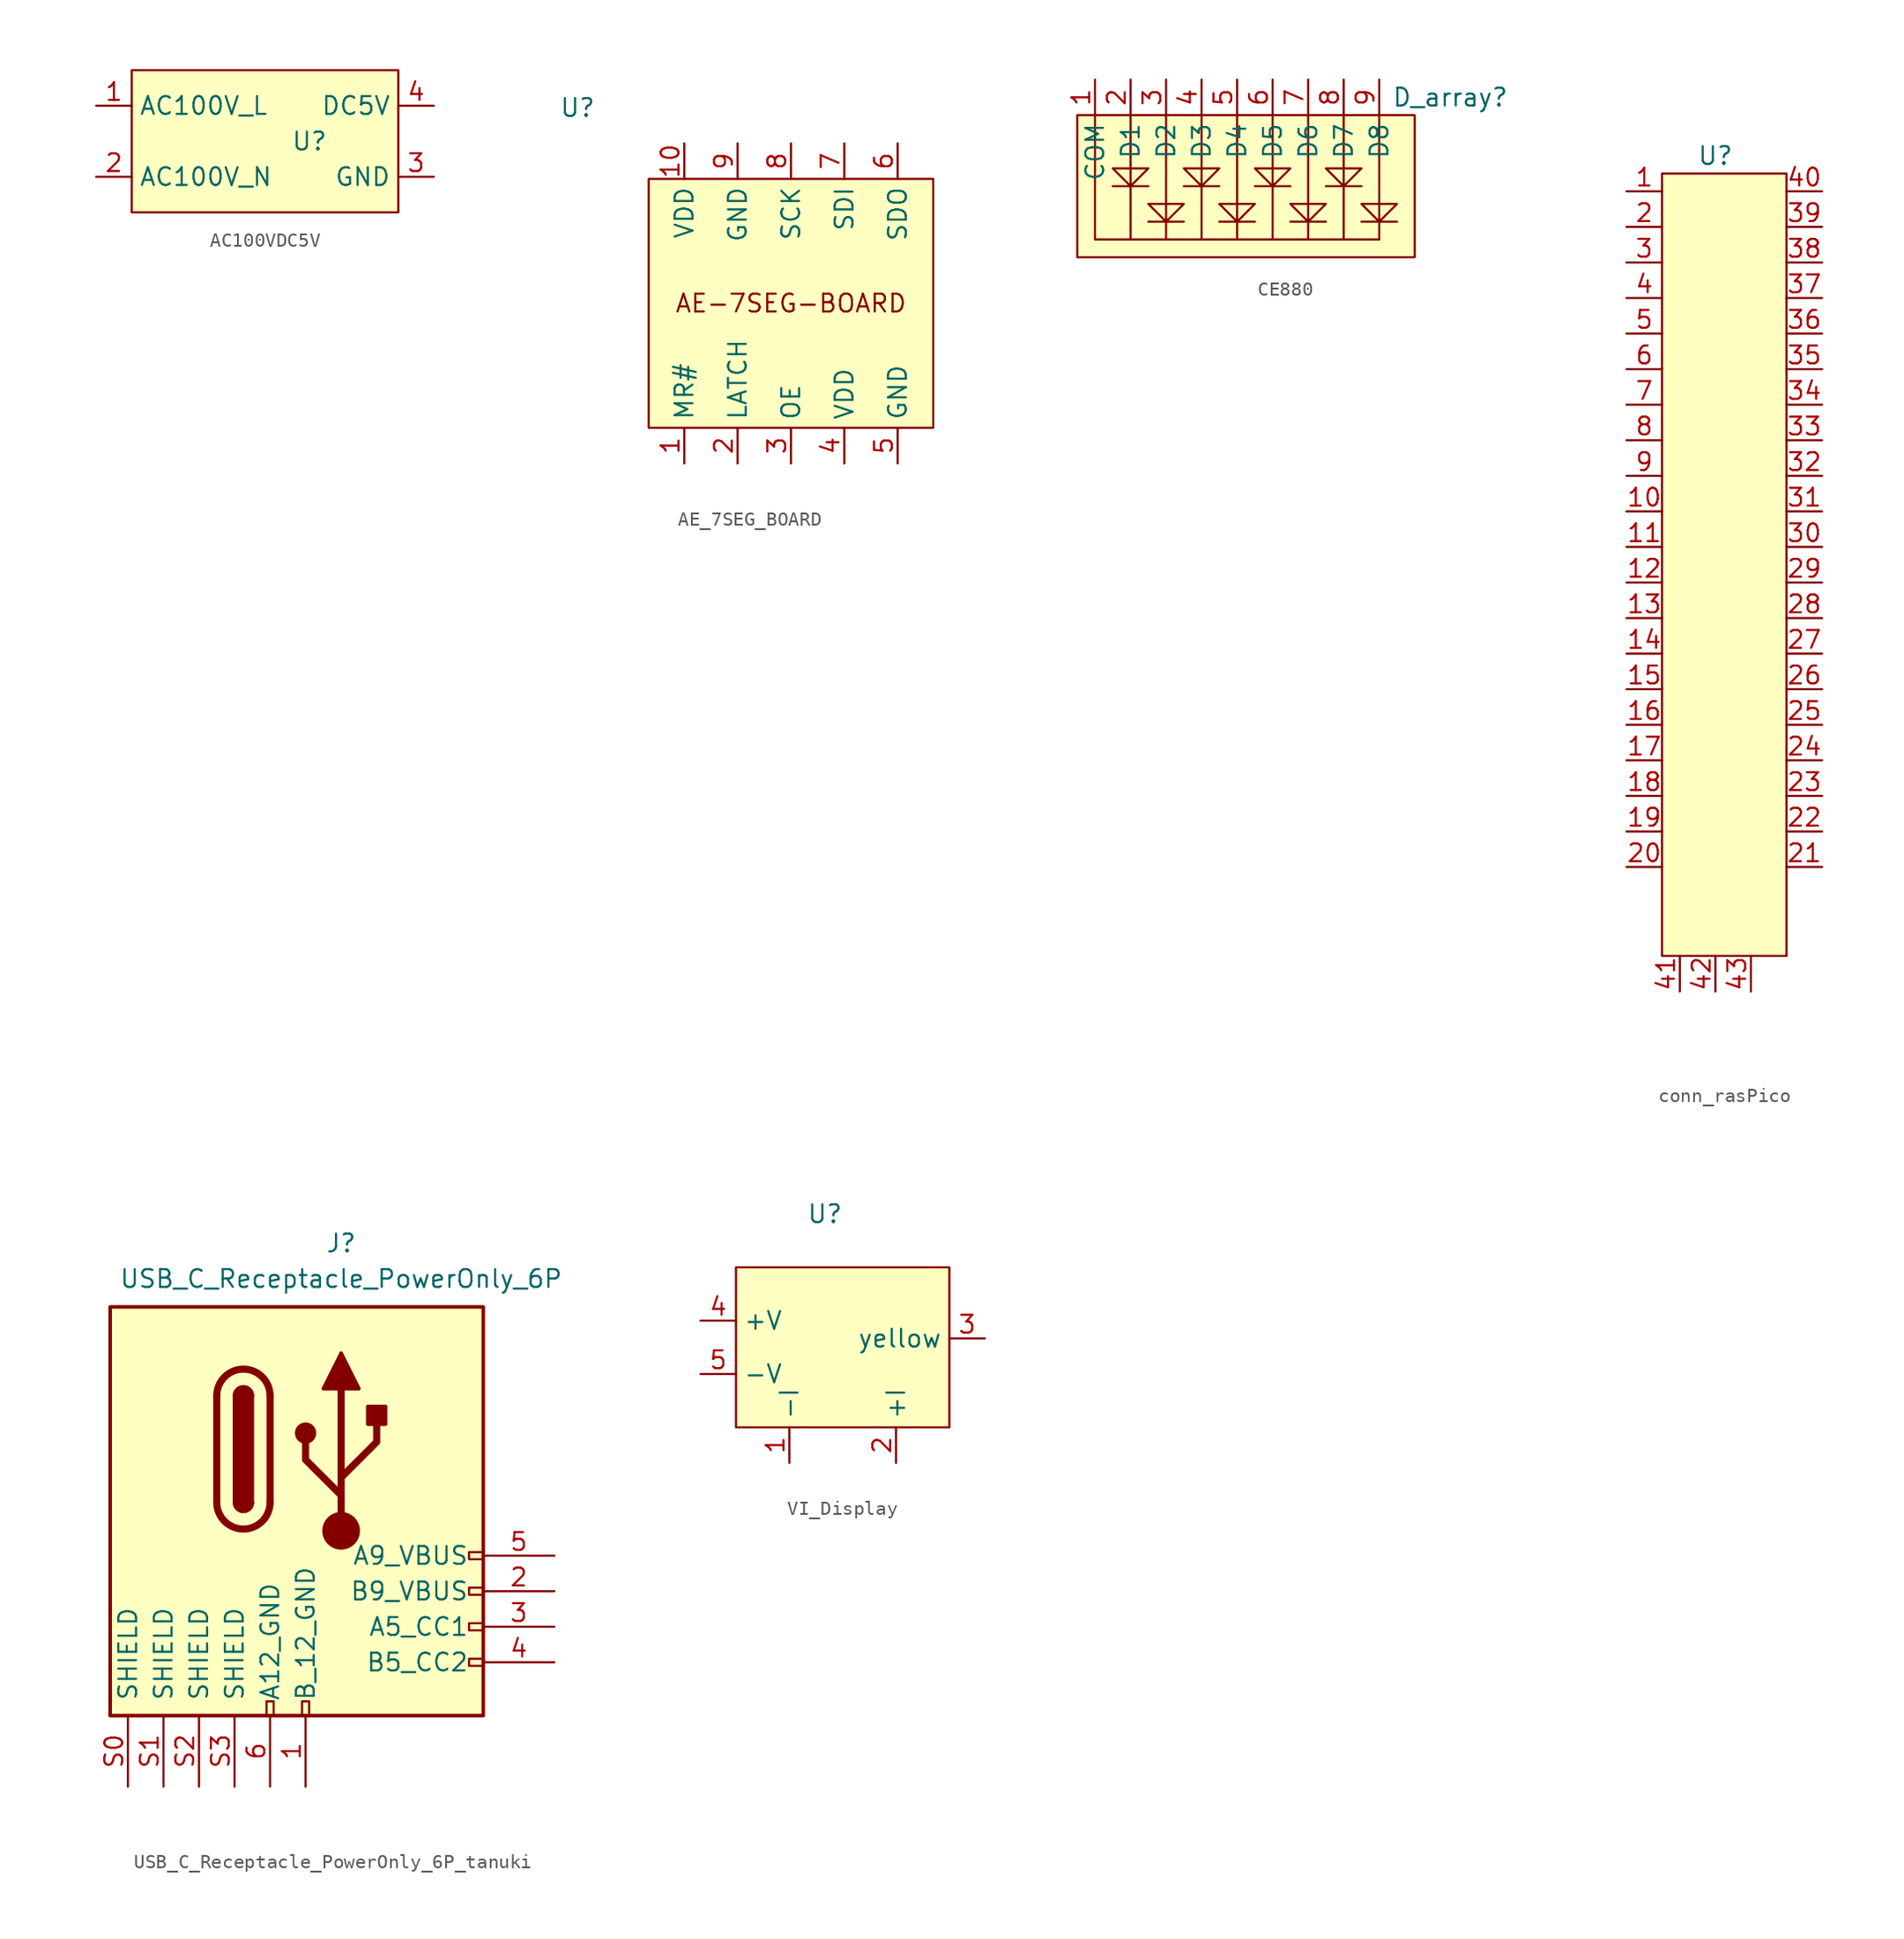
<source format=kicad_sym>
(kicad_symbol_lib
  (version 20231120)
  (generator "kicad_symbol_editor")
  (generator_version "8.0")
  (symbol "AC100VDC5V"
    (property "Reference" "U"
      (at 0 0 0)
      (effects (font (size 1.27 1.27))))
    (symbol "AC100VDC5V_1_1"
      (rectangle (start -12.7 5.08) (end 6.35 -5.08) (stroke (width 0) (type default)) (fill (type background)))
      (pin passive line (at -15.24 2.54 0) (length 2.54) (name "AC100V_L" (effects (font (size 1.27 1.27)))) (number "1" (effects (font (size 1.27 1.27)))))
      (pin passive line (at -15.24 -2.54 0) (length 2.54) (name "AC100V_N" (effects (font (size 1.27 1.27)))) (number "2" (effects (font (size 1.27 1.27)))))
      (pin passive line (at 8.89 -2.54 180) (length 2.54) (name "GND" (effects (font (size 1.27 1.27)))) (number "3" (effects (font (size 1.27 1.27)))))
      (pin passive line (at 8.89 2.54 180) (length 2.54) (name "DC5V" (effects (font (size 1.27 1.27)))) (number "4" (effects (font (size 1.27 1.27)))))))
  (symbol "AE_7SEG_BOARD"
    (property "Reference" "U"
      (at -15.24 12.7 0)
      (effects (font (size 1.27 1.27))))
    (property "Value" ""
      (at -1.093 5.295 0)
      (effects (font (size 1.27 1.27))))
    (symbol "AE_7SEG_BOARD_1_1"
      (rectangle (start -10.16 7.62) (end 10.16 -10.16) (stroke (width 0) (type default)) (fill (type background)))
      (text "AE-7SEG-BOARD" (at 0 -1.27 0) (effects (font (size 1.27 1.27))))
      (pin passive line (at -7.62 -12.7 90) (length 2.54) (name "MR#" (effects (font (size 1.27 1.27)))) (number "1" (effects (font (size 1.27 1.27)))))
      (pin power_in line (at -7.62 10.16 270) (length 2.54) (name "VDD" (effects (font (size 1.27 1.27)))) (number "10" (effects (font (size 1.27 1.27)))))
      (pin passive line (at -3.81 -12.7 90) (length 2.54) (name "LATCH" (effects (font (size 1.27 1.27)))) (number "2" (effects (font (size 1.27 1.27)))))
      (pin passive line (at 0 -12.7 90) (length 2.54) (name "OE" (effects (font (size 1.27 1.27)))) (number "3" (effects (font (size 1.27 1.27)))))
      (pin power_in line (at 3.81 -12.7 90) (length 2.54) (name "VDD" (effects (font (size 1.27 1.27)))) (number "4" (effects (font (size 1.27 1.27)))))
      (pin passive line (at 7.62 -12.7 90) (length 2.54) (name "GND" (effects (font (size 1.27 1.27)))) (number "5" (effects (font (size 1.27 1.27)))))
      (pin passive line (at 7.62 10.16 270) (length 2.54) (name "SDO" (effects (font (size 1.27 1.27)))) (number "6" (effects (font (size 1.27 1.27)))))
      (pin passive line (at 3.81 10.16 270) (length 2.54) (name "SDI" (effects (font (size 1.27 1.27)))) (number "7" (effects (font (size 1.27 1.27)))))
      (pin passive line (at 0 10.16 270) (length 2.54) (name "SCK" (effects (font (size 1.27 1.27)))) (number "8" (effects (font (size 1.27 1.27)))))
      (pin passive line (at -3.81 10.16 270) (length 2.54) (name "GND" (effects (font (size 1.27 1.27)))) (number "9" (effects (font (size 1.27 1.27)))))))
  (symbol "CE880"
    (property "Reference" "D_array"
      (at 13.97 0 0)
      (effects (font (size 1.27 1.27))))
    (property "Value" ""
      (at 3.81 -8.89 0)
      (effects (font (size 1.27 1.27))))
    (symbol "CE880_0_1"
      (polyline (pts (xy -8.89 -3.81) (xy -8.89 -1.27)) (stroke (width 0) (type default)) (fill (type none)))
      (polyline (pts (xy -6.35 -3.81) (xy -6.35 -1.27)) (stroke (width 0) (type default)) (fill (type none)))
      (polyline (pts (xy -3.81 -3.81) (xy -3.81 -1.27)) (stroke (width 0) (type default)) (fill (type none)))
      (polyline (pts (xy -1.27 -3.81) (xy -1.27 -1.27)) (stroke (width 0) (type default)) (fill (type none)))
      (polyline (pts (xy 1.27 -3.81) (xy 1.27 -1.27)) (stroke (width 0) (type default)) (fill (type none)))
      (polyline (pts (xy 3.81 -3.81) (xy 3.81 -1.27)) (stroke (width 0) (type default)) (fill (type none)))
      (polyline (pts (xy 6.35 -3.81) (xy 6.35 -1.27)) (stroke (width 0) (type default)) (fill (type none)))
      (polyline (pts (xy 8.89 -3.81) (xy 8.89 -1.27)) (stroke (width 0) (type default)) (fill (type none)))
      (polyline (pts (xy -11.43 -1.27) (xy -11.43 -10.16) (xy 8.89 -10.16)) (stroke (width 0) (type default)) (fill (type none)))
      (polyline (pts (xy -7.62 -6.35) (xy -10.16 -6.35) (xy -8.89 -6.35) (xy -7.62 -5.08) (xy -10.16 -5.08) (xy -8.89 -6.35) (xy -8.89 -3.81) (xy -8.89 -10.16)) (stroke (width 0) (type default)) (fill (type none)))
      (polyline (pts (xy -2.54 -6.35) (xy -5.08 -6.35) (xy -3.81 -6.35) (xy -2.54 -5.08) (xy -5.08 -5.08) (xy -3.81 -6.35) (xy -3.81 -3.81) (xy -3.81 -10.16)) (stroke (width 0) (type default)) (fill (type none)))
      (polyline (pts (xy 2.54 -6.35) (xy 0 -6.35) (xy 1.27 -6.35) (xy 2.54 -5.08) (xy 0 -5.08) (xy 1.27 -6.35) (xy 1.27 -3.81) (xy 1.27 -10.16)) (stroke (width 0) (type default)) (fill (type none)))
      (polyline (pts (xy 7.62 -6.35) (xy 5.08 -6.35) (xy 6.35 -6.35) (xy 7.62 -5.08) (xy 5.08 -5.08) (xy 6.35 -6.35) (xy 6.35 -3.81) (xy 6.35 -10.16)) (stroke (width 0) (type default)) (fill (type none)))
      (polyline (pts (xy -6.35 -8.89) (xy -5.08 -7.62) (xy -7.62 -7.62) (xy -6.35 -8.89) (xy -5.08 -8.89) (xy -7.62 -8.89) (xy -6.35 -8.89) (xy -6.35 -5.08) (xy -6.35 -3.81) (xy -6.35 -10.16)) (stroke (width 0) (type default)) (fill (type none)))
      (polyline (pts (xy -1.27 -8.89) (xy 0 -7.62) (xy -2.54 -7.62) (xy -1.27 -8.89) (xy 0 -8.89) (xy -2.54 -8.89) (xy -1.27 -8.89) (xy -1.27 -5.08) (xy -1.27 -3.81) (xy -1.27 -10.16)) (stroke (width 0) (type default)) (fill (type none)))
      (polyline (pts (xy 3.81 -8.89) (xy 5.08 -7.62) (xy 2.54 -7.62) (xy 3.81 -8.89) (xy 5.08 -8.89) (xy 2.54 -8.89) (xy 3.81 -8.89) (xy 3.81 -5.08) (xy 3.81 -3.81) (xy 3.81 -10.16)) (stroke (width 0) (type default)) (fill (type none)))
      (polyline (pts (xy 8.89 -8.89) (xy 10.16 -7.62) (xy 7.62 -7.62) (xy 8.89 -8.89) (xy 10.16 -8.89) (xy 7.62 -8.89) (xy 8.89 -8.89) (xy 8.89 -5.08) (xy 8.89 -3.81) (xy 8.89 -10.16)) (stroke (width 0) (type default)) (fill (type none))))
    (symbol "CE880_1_1"
      (rectangle (start 11.43 -11.43) (end -12.7 -1.27) (stroke (width 0) (type default)) (fill (type background)))
      (pin passive line (at -11.43 1.27 270) (length 2.54) (name "COM" (effects (font (size 1.27 1.27)))) (number "1" (effects (font (size 1.27 1.27)))))
      (pin passive line (at -8.89 1.27 270) (length 2.54) (name "D1" (effects (font (size 1.27 1.27)))) (number "2" (effects (font (size 1.27 1.27)))))
      (pin passive line (at -6.35 1.27 270) (length 2.54) (name "D2" (effects (font (size 1.27 1.27)))) (number "3" (effects (font (size 1.27 1.27)))))
      (pin passive line (at -3.81 1.27 270) (length 2.54) (name "D3" (effects (font (size 1.27 1.27)))) (number "4" (effects (font (size 1.27 1.27)))))
      (pin passive line (at -1.27 1.27 270) (length 2.54) (name "D4" (effects (font (size 1.27 1.27)))) (number "5" (effects (font (size 1.27 1.27)))))
      (pin passive line (at 1.27 1.27 270) (length 2.54) (name "D5" (effects (font (size 1.27 1.27)))) (number "6" (effects (font (size 1.27 1.27)))))
      (pin passive line (at 3.81 1.27 270) (length 2.54) (name "D6" (effects (font (size 1.27 1.27)))) (number "7" (effects (font (size 1.27 1.27)))))
      (pin passive line (at 6.35 1.27 270) (length 2.54) (name "D7" (effects (font (size 1.27 1.27)))) (number "8" (effects (font (size 1.27 1.27)))))
      (pin passive line (at 8.89 1.27 270) (length 2.54) (name "D8" (effects (font (size 1.27 1.27)))) (number "9" (effects (font (size 1.27 1.27)))))))
  (symbol "conn_rasPico"
    (property "Reference" "U"
      (at 0 0 0)
      (effects (font (size 1.27 1.27))))
    (property "Value" ""
      (at 0 0 0)
      (effects (font (size 1.27 1.27))))
    (symbol "conn_rasPico_1_1"
      (rectangle (start -3.81 -1.27) (end 5.08 -57.15) (stroke (width 0) (type default)) (fill (type background)))
      (pin passive line (at -6.35 -2.54 0) (length 2.54) (name "" (effects (font (size 1.27 1.27)))) (number "1" (effects (font (size 1.27 1.27)))))
      (pin passive line (at -6.35 -25.4 0) (length 2.54) (name "" (effects (font (size 1.27 1.27)))) (number "10" (effects (font (size 1.27 1.27)))))
      (pin passive line (at -6.35 -27.94 0) (length 2.54) (name "" (effects (font (size 1.27 1.27)))) (number "11" (effects (font (size 1.27 1.27)))))
      (pin passive line (at -6.35 -30.48 0) (length 2.54) (name "" (effects (font (size 1.27 1.27)))) (number "12" (effects (font (size 1.27 1.27)))))
      (pin passive line (at -6.35 -33.02 0) (length 2.54) (name "" (effects (font (size 1.27 1.27)))) (number "13" (effects (font (size 1.27 1.27)))))
      (pin passive line (at -6.35 -35.56 0) (length 2.54) (name "" (effects (font (size 1.27 1.27)))) (number "14" (effects (font (size 1.27 1.27)))))
      (pin passive line (at -6.35 -38.1 0) (length 2.54) (name "" (effects (font (size 1.27 1.27)))) (number "15" (effects (font (size 1.27 1.27)))))
      (pin passive line (at -6.35 -40.64 0) (length 2.54) (name "" (effects (font (size 1.27 1.27)))) (number "16" (effects (font (size 1.27 1.27)))))
      (pin passive line (at -6.35 -43.18 0) (length 2.54) (name "" (effects (font (size 1.27 1.27)))) (number "17" (effects (font (size 1.27 1.27)))))
      (pin passive line (at -6.35 -45.72 0) (length 2.54) (name "" (effects (font (size 1.27 1.27)))) (number "18" (effects (font (size 1.27 1.27)))))
      (pin passive line (at -6.35 -48.26 0) (length 2.54) (name "" (effects (font (size 1.27 1.27)))) (number "19" (effects (font (size 1.27 1.27)))))
      (pin passive line (at -6.35 -5.08 0) (length 2.54) (name "" (effects (font (size 1.27 1.27)))) (number "2" (effects (font (size 1.27 1.27)))))
      (pin passive line (at -6.35 -50.8 0) (length 2.54) (name "" (effects (font (size 1.27 1.27)))) (number "20" (effects (font (size 1.27 1.27)))))
      (pin passive line (at 7.62 -50.8 180) (length 2.54) (name "" (effects (font (size 1.27 1.27)))) (number "21" (effects (font (size 1.27 1.27)))))
      (pin passive line (at 7.62 -48.26 180) (length 2.54) (name "" (effects (font (size 1.27 1.27)))) (number "22" (effects (font (size 1.27 1.27)))))
      (pin passive line (at 7.62 -45.72 180) (length 2.54) (name "" (effects (font (size 1.27 1.27)))) (number "23" (effects (font (size 1.27 1.27)))))
      (pin passive line (at 7.62 -43.18 180) (length 2.54) (name "" (effects (font (size 1.27 1.27)))) (number "24" (effects (font (size 1.27 1.27)))))
      (pin passive line (at 7.62 -40.64 180) (length 2.54) (name "" (effects (font (size 1.27 1.27)))) (number "25" (effects (font (size 1.27 1.27)))))
      (pin passive line (at 7.62 -38.1 180) (length 2.54) (name "" (effects (font (size 1.27 1.27)))) (number "26" (effects (font (size 1.27 1.27)))))
      (pin passive line (at 7.62 -35.56 180) (length 2.54) (name "" (effects (font (size 1.27 1.27)))) (number "27" (effects (font (size 1.27 1.27)))))
      (pin passive line (at 7.62 -33.02 180) (length 2.54) (name "" (effects (font (size 1.27 1.27)))) (number "28" (effects (font (size 1.27 1.27)))))
      (pin passive line (at 7.62 -30.48 180) (length 2.54) (name "" (effects (font (size 1.27 1.27)))) (number "29" (effects (font (size 1.27 1.27)))))
      (pin passive line (at -6.35 -7.62 0) (length 2.54) (name "" (effects (font (size 1.27 1.27)))) (number "3" (effects (font (size 1.27 1.27)))))
      (pin passive line (at 7.62 -27.94 180) (length 2.54) (name "" (effects (font (size 1.27 1.27)))) (number "30" (effects (font (size 1.27 1.27)))))
      (pin passive line (at 7.62 -25.4 180) (length 2.54) (name "" (effects (font (size 1.27 1.27)))) (number "31" (effects (font (size 1.27 1.27)))))
      (pin passive line (at 7.62 -22.86 180) (length 2.54) (name "" (effects (font (size 1.27 1.27)))) (number "32" (effects (font (size 1.27 1.27)))))
      (pin passive line (at 7.62 -20.32 180) (length 2.54) (name "" (effects (font (size 1.27 1.27)))) (number "33" (effects (font (size 1.27 1.27)))))
      (pin passive line (at 7.62 -17.78 180) (length 2.54) (name "" (effects (font (size 1.27 1.27)))) (number "34" (effects (font (size 1.27 1.27)))))
      (pin passive line (at 7.62 -15.24 180) (length 2.54) (name "" (effects (font (size 1.27 1.27)))) (number "35" (effects (font (size 1.27 1.27)))))
      (pin passive line (at 7.62 -12.7 180) (length 2.54) (name "" (effects (font (size 1.27 1.27)))) (number "36" (effects (font (size 1.27 1.27)))))
      (pin passive line (at 7.62 -10.16 180) (length 2.54) (name "" (effects (font (size 1.27 1.27)))) (number "37" (effects (font (size 1.27 1.27)))))
      (pin passive line (at 7.62 -7.62 180) (length 2.54) (name "" (effects (font (size 1.27 1.27)))) (number "38" (effects (font (size 1.27 1.27)))))
      (pin passive line (at 7.62 -5.08 180) (length 2.54) (name "" (effects (font (size 1.27 1.27)))) (number "39" (effects (font (size 1.27 1.27)))))
      (pin passive line (at -6.35 -10.16 0) (length 2.54) (name "" (effects (font (size 1.27 1.27)))) (number "4" (effects (font (size 1.27 1.27)))))
      (pin passive line (at 7.62 -2.54 180) (length 2.54) (name "" (effects (font (size 1.27 1.27)))) (number "40" (effects (font (size 1.27 1.27)))))
      (pin passive line (at -2.54 -59.69 90) (length 2.54) (name "" (effects (font (size 1.27 1.27)))) (number "41" (effects (font (size 1.27 1.27)))))
      (pin passive line (at 0 -59.69 90) (length 2.54) (name "" (effects (font (size 1.27 1.27)))) (number "42" (effects (font (size 1.27 1.27)))))
      (pin passive line (at 2.54 -59.69 90) (length 2.54) (name "" (effects (font (size 1.27 1.27)))) (number "43" (effects (font (size 1.27 1.27)))))
      (pin passive line (at -6.35 -12.7 0) (length 2.54) (name "" (effects (font (size 1.27 1.27)))) (number "5" (effects (font (size 1.27 1.27)))))
      (pin passive line (at -6.35 -15.24 0) (length 2.54) (name "" (effects (font (size 1.27 1.27)))) (number "6" (effects (font (size 1.27 1.27)))))
      (pin passive line (at -6.35 -17.78 0) (length 2.54) (name "" (effects (font (size 1.27 1.27)))) (number "7" (effects (font (size 1.27 1.27)))))
      (pin passive line (at -6.35 -20.32 0) (length 2.54) (name "" (effects (font (size 1.27 1.27)))) (number "8" (effects (font (size 1.27 1.27)))))
      (pin passive line (at -6.35 -22.86 0) (length 2.54) (name "" (effects (font (size 1.27 1.27)))) (number "9" (effects (font (size 1.27 1.27)))))))
  (symbol "USB_C_Receptacle_PowerOnly_6P_tanuki"
    (pin_names
      (offset 1.016))
    (property "Reference" "J"
      (at 0 16.51 0)
      (effects (font (size 1.27 1.27)) (justify bottom)))
    (property "Value" "USB_C_Receptacle_PowerOnly_6P"
      (at 0 13.97 0)
      (effects (font (size 1.27 1.27)) (justify bottom)))
    (symbol "USB_C_Receptacle_PowerOnly_6P_tanuki_0_0"
      (rectangle (start -5.334 -16.51) (end -4.826 -15.494) (stroke (width 0) (type default)) (fill (type none)))
      (rectangle (start -2.794 -16.51) (end -2.286 -15.494) (stroke (width 0) (type default)) (fill (type none)))
      (rectangle (start 10.16 -12.446) (end 9.144 -12.954) (stroke (width 0) (type default)) (fill (type none)))
      (rectangle (start 10.16 -9.906) (end 9.144 -10.414) (stroke (width 0) (type default)) (fill (type none)))
      (rectangle (start 10.16 -7.366) (end 9.144 -7.874) (stroke (width 0) (type default)) (fill (type none)))
      (rectangle (start 10.16 -4.826) (end 9.144 -5.334) (stroke (width 0) (type default)) (fill (type none))))
    (symbol "USB_C_Receptacle_PowerOnly_6P_tanuki_0_1"
      (rectangle (start -16.51 12.7) (end 10.16 -16.51) (stroke (width 0.254) (type default)) (fill (type background)))
      (arc (start -8.89 -1.27) (mid -6.985 -3.1667) (end -5.08 -1.27) (stroke (width 0.508) (type default)) (fill (type none)))
      (arc (start -7.62 -1.27) (mid -6.985 -1.9023) (end -6.35 -1.27) (stroke (width 0.254) (type default)) (fill (type none)))
      (arc (start -7.62 -1.27) (mid -6.985 -1.9023) (end -6.35 -1.27) (stroke (width 0.254) (type default)) (fill (type outline)))
      (rectangle (start -7.62 -1.27) (end -6.35 6.35) (stroke (width 0.254) (type default)) (fill (type outline)))
      (arc (start -6.35 6.35) (mid -6.985 6.9823) (end -7.62 6.35) (stroke (width 0.254) (type default)) (fill (type none)))
      (arc (start -6.35 6.35) (mid -6.985 6.9823) (end -7.62 6.35) (stroke (width 0.254) (type default)) (fill (type outline)))
      (arc (start -5.08 6.35) (mid -6.985 8.2467) (end -8.89 6.35) (stroke (width 0.508) (type default)) (fill (type none)))
      (circle (center -2.54 3.683) (radius 0.635) (stroke (width 0.254) (type default)) (fill (type outline)))
      (circle (center 0 -3.302) (radius 1.27) (stroke (width 0) (type default)) (fill (type outline)))
      (polyline (pts (xy -8.89 -1.27) (xy -8.89 6.35)) (stroke (width 0.508) (type default)) (fill (type none)))
      (polyline (pts (xy -5.08 6.35) (xy -5.08 -1.27)) (stroke (width 0.508) (type default)) (fill (type none)))
      (polyline (pts (xy 0 -3.302) (xy 0 6.858)) (stroke (width 0.508) (type default)) (fill (type none)))
      (polyline (pts (xy 0 -0.762) (xy -2.54 1.778) (xy -2.54 3.048)) (stroke (width 0.508) (type default)) (fill (type none)))
      (polyline (pts (xy 0 0.508) (xy 2.54 3.048) (xy 2.54 4.318)) (stroke (width 0.508) (type default)) (fill (type none)))
      (polyline (pts (xy -1.27 6.858) (xy 0 9.398) (xy 1.27 6.858) (xy -1.27 6.858)) (stroke (width 0.254) (type default)) (fill (type outline)))
      (rectangle (start 1.905 4.318) (end 3.175 5.588) (stroke (width 0.254) (type default)) (fill (type outline))))
    (symbol "USB_C_Receptacle_PowerOnly_6P_tanuki_1_1"
      (pin passive line (at -2.54 -21.59 90) (length 5.08) (name "B_12_GND" (effects (font (size 1.27 1.27)))) (number "1" (effects (font (size 1.27 1.27)))))
      (pin passive line (at 15.24 -7.62 180) (length 5.08) (name "B9_VBUS" (effects (font (size 1.27 1.27)))) (number "2" (effects (font (size 1.27 1.27)))))
      (pin bidirectional line (at 15.24 -10.16 180) (length 5.08) (name "A5_CC1" (effects (font (size 1.27 1.27)))) (number "3" (effects (font (size 1.27 1.27)))))
      (pin bidirectional line (at 15.24 -12.7 180) (length 5.08) (name "B5_CC2" (effects (font (size 1.27 1.27)))) (number "4" (effects (font (size 1.27 1.27)))))
      (pin passive line (at 15.24 -5.08 180) (length 5.08) (name "A9_VBUS" (effects (font (size 1.27 1.27)))) (number "5" (effects (font (size 1.27 1.27)))))
      (pin passive line (at -5.08 -21.59 90) (length 5.08) (name "A12_GND" (effects (font (size 1.27 1.27)))) (number "6" (effects (font (size 1.27 1.27)))))
      (pin passive line (at -15.24 -21.59 90) (length 5.08) (name "SHIELD" (effects (font (size 1.27 1.27)))) (number "S0" (effects (font (size 1.27 1.27)))))
      (pin passive line (at -12.7 -21.59 90) (length 5.08) (name "SHIELD" (effects (font (size 1.27 1.27)))) (number "S1" (effects (font (size 1.27 1.27)))))
      (pin passive line (at -10.16 -21.59 90) (length 5.08) (name "SHIELD" (effects (font (size 1.27 1.27)))) (number "S2" (effects (font (size 1.27 1.27)))))
      (pin passive line (at -7.62 -21.59 90) (length 5.08) (name "SHIELD" (effects (font (size 1.27 1.27)))) (number "S3" (effects (font (size 1.27 1.27)))))))
  (symbol "VI_Display"
    (property "Reference" "U"
      (at -1.27 11.43 0)
      (effects (font (size 1.27 1.27))))
    (symbol "VI_Display_1_1"
      (rectangle (start -7.62 7.62) (end 7.62 -3.81) (stroke (width 0) (type default)) (fill (type background)))
      (pin passive line (at -3.81 -6.35 90) (length 2.54) (name "-I" (effects (font (size 1.27 1.27)))) (number "1" (effects (font (size 1.27 1.27)))))
      (pin passive line (at 3.81 -6.35 90) (length 2.54) (name "+I" (effects (font (size 1.27 1.27)))) (number "2" (effects (font (size 1.27 1.27)))))
      (pin passive line (at 10.16 2.54 180) (length 2.54) (name "yellow" (effects (font (size 1.27 1.27)))) (number "3" (effects (font (size 1.27 1.27)))))
      (pin passive line (at -10.16 3.81 0) (length 2.54) (name "+V" (effects (font (size 1.27 1.27)))) (number "4" (effects (font (size 1.27 1.27)))))
      (pin passive line (at -10.16 0 0) (length 2.54) (name "-V" (effects (font (size 1.27 1.27)))) (number "5" (effects (font (size 1.27 1.27))))))))
</source>
